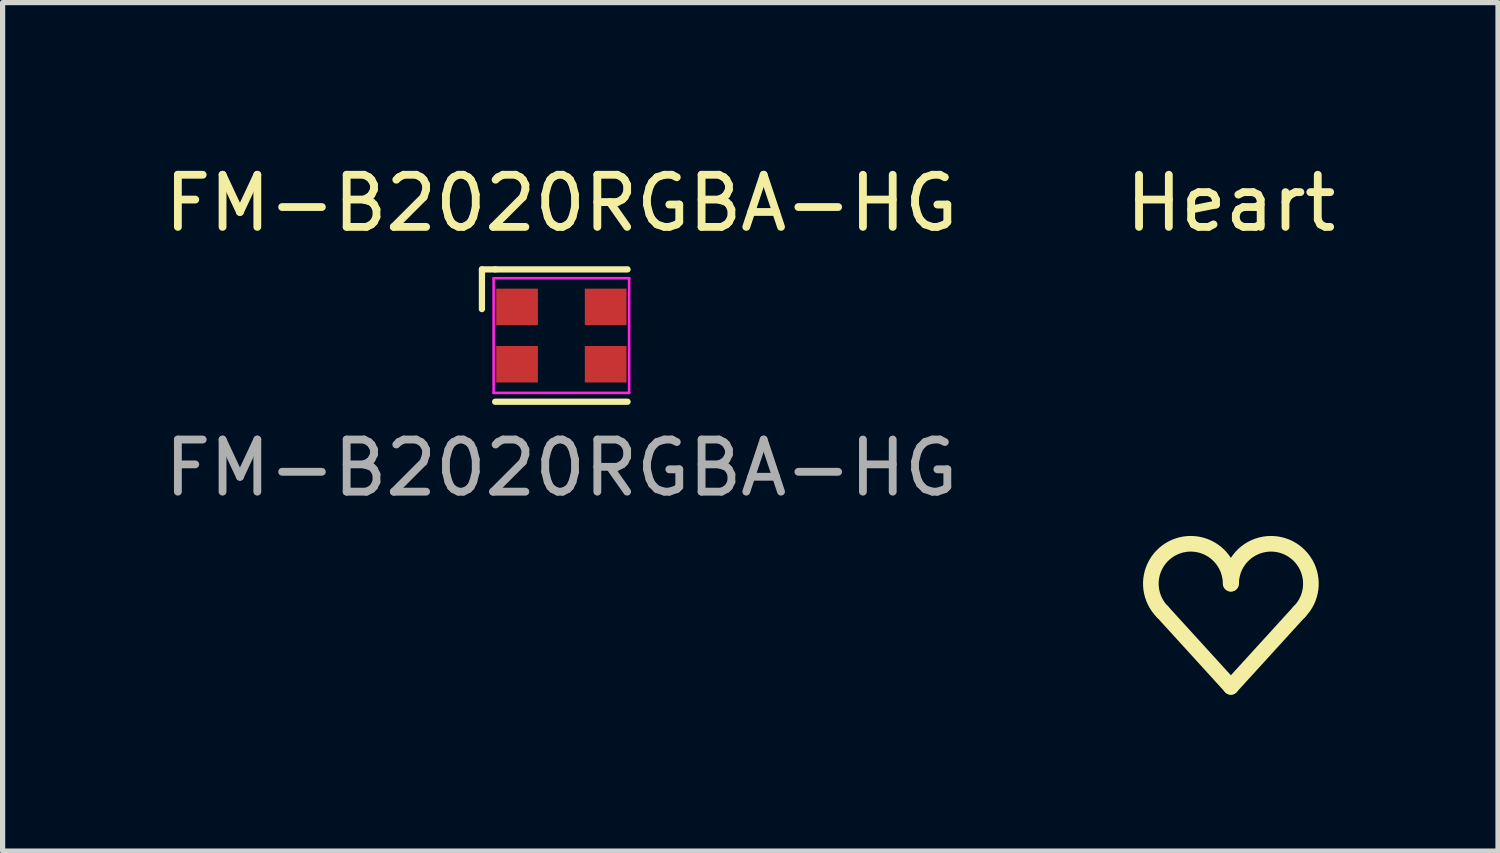
<source format=kicad_pcb>
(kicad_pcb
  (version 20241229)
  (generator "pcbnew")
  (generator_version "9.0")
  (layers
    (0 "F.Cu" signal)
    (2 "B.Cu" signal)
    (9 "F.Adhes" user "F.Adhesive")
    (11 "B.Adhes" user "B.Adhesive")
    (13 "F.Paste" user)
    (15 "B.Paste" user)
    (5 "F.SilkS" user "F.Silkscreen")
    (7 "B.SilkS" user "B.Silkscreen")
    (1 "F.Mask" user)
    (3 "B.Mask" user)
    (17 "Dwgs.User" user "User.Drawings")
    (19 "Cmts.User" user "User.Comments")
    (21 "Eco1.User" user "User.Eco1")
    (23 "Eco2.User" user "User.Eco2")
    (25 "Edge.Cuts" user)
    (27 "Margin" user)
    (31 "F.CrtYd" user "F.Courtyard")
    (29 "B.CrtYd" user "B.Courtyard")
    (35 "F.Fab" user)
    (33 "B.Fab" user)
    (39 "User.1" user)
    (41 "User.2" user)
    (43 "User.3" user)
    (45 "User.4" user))
  (footprint "FM-B2020RGBA-HG"
    (layer "F.Cu")
    (at 7.72 3.388)
    (property "Reference" "FM-B2020RGBA-HG" (at 0 -2.54 0) (unlocked yes) (layer "F.SilkS") (effects (font (size 1 1) (thickness 0.15))))
    (attr smd)
    (fp_line (start -1.524 -1.27) (end -1.524 -0.508) (stroke (width 0.12) (type solid)) (layer "F.SilkS"))
    (fp_line (start -1.27 -1.27) (end -1.524 -1.27) (stroke (width 0.12) (type solid)) (layer "F.SilkS"))
    (fp_line (start -1.27 -1.27) (end 1.27 -1.27) (stroke (width 0.12) (type solid)) (layer "F.SilkS"))
    (fp_line (start -1.27 1.27) (end 1.27 1.27) (stroke (width 0.12) (type solid)) (layer "F.SilkS"))
    (fp_line (start -1.3 -1.1) (end -1.3 1.1) (stroke (width 0.05) (type solid)) (layer "F.CrtYd"))
    (fp_line (start -1.3 1.1) (end 1.3 1.1) (stroke (width 0.05) (type solid)) (layer "F.CrtYd"))
    (fp_line (start 1.3 -1.1) (end -1.3 -1.1) (stroke (width 0.05) (type solid)) (layer "F.CrtYd"))
    (fp_line (start 1.3 1.1) (end 1.3 -1.1) (stroke (width 0.05) (type solid)) (layer "F.CrtYd"))
    (fp_text user "${REFERENCE}" (at 0 2.54 0) (unlocked yes) (layer "F.Fab") (effects (font (size 1 1) (thickness 0.15))))
    (pad "1" smd rect (at -0.85 -0.55) (size 0.8 0.7) (layers "F.Cu" "F.Mask" "F.Paste"))
    (pad "2" smd rect (at 0.85 -0.55) (size 0.8 0.7) (layers "F.Cu" "F.Mask" "F.Paste"))
    (pad "3" smd rect (at 0.85 0.55) (size 0.8 0.7) (layers "F.Cu" "F.Mask" "F.Paste"))
    (pad "4" smd rect (at -0.85 0.55) (size 0.8 0.7) (layers "F.Cu" "F.Mask" "F.Paste")))
  (footprint "Heart"
    (layer "F.Cu")
    (at 20.565 8.848)
    (property "Reference" "Heart" (at 0 -8 0) (unlocked yes) (layer "F.SilkS") (effects (font (size 1 1) (thickness 0.15))))
    (attr board_only exclude_from_pos_files exclude_from_bom)
    (fp_line (start -1.311 -0.159) (end 0 1.28) (stroke (width 0.3) (type solid)) (layer "F.SilkS"))
    (fp_line (start 1.311 -0.159) (end 0 1.28) (stroke (width 0.3) (type solid)) (layer "F.SilkS"))
    (fp_arc (start -1.311196 -0.158804) (mid -1.062893 -1.407107) (end -0.004633 -0.7) (stroke (width 0.3) (type solid)) (layer "F.SilkS"))
    (fp_arc (start 0.004633 -0.7) (mid 1.062893 -1.407107) (end 1.311196 -0.158804) (stroke (width 0.3) (type solid)) (layer "F.SilkS")))
  (gr_rect
    (start -3 -3)
    (end 25.69 13.278)
    (stroke (width 0.1) (type default))
    (fill no)
    (layer "Edge.Cuts")))
</source>
